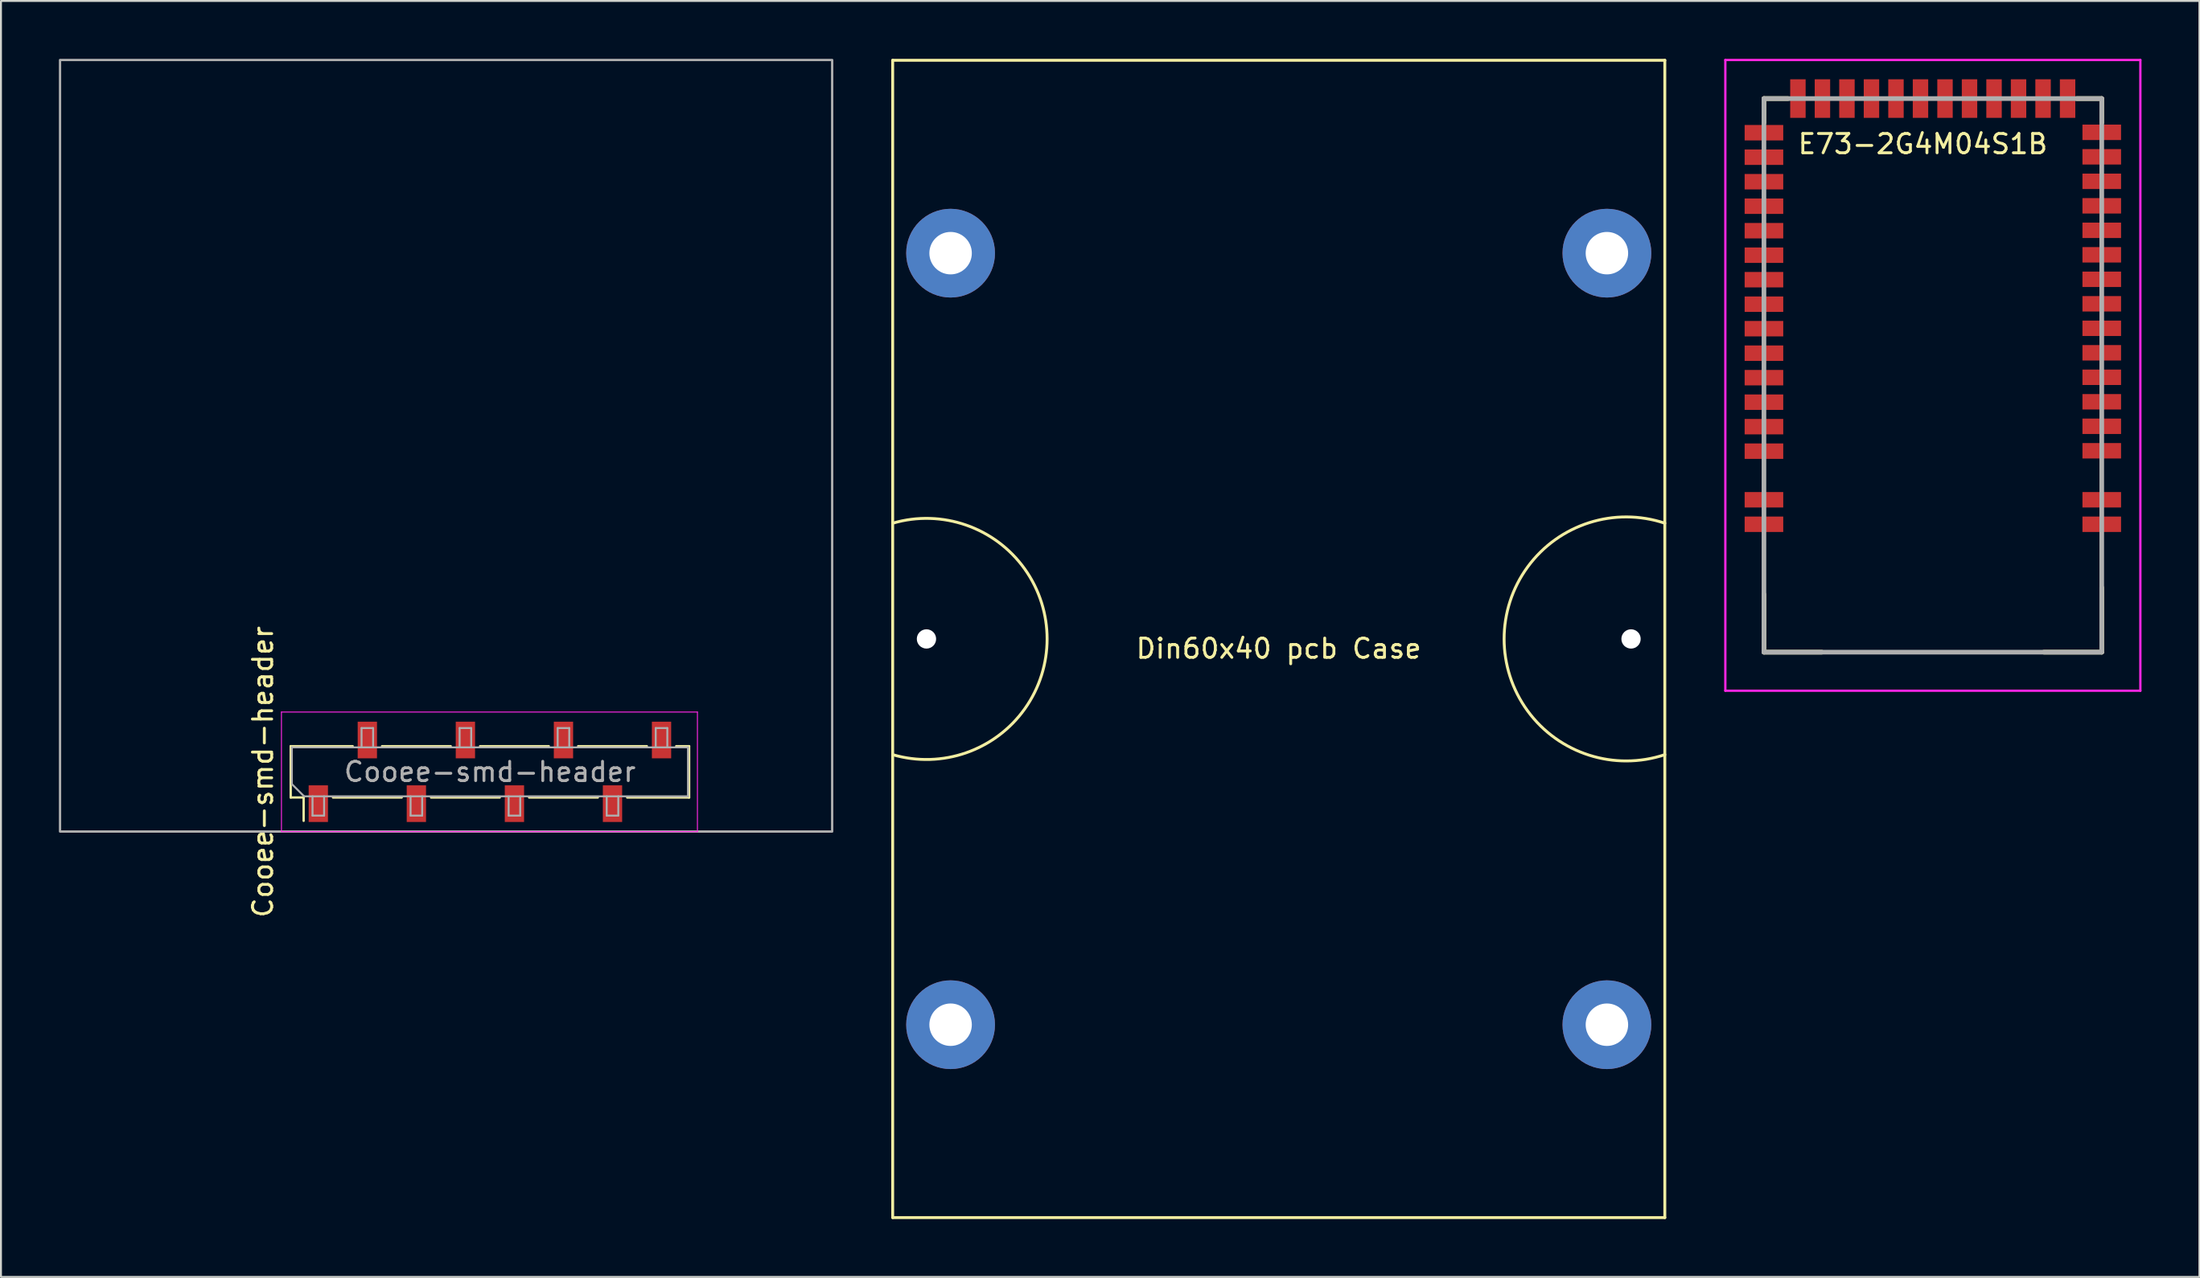
<source format=kicad_pcb>
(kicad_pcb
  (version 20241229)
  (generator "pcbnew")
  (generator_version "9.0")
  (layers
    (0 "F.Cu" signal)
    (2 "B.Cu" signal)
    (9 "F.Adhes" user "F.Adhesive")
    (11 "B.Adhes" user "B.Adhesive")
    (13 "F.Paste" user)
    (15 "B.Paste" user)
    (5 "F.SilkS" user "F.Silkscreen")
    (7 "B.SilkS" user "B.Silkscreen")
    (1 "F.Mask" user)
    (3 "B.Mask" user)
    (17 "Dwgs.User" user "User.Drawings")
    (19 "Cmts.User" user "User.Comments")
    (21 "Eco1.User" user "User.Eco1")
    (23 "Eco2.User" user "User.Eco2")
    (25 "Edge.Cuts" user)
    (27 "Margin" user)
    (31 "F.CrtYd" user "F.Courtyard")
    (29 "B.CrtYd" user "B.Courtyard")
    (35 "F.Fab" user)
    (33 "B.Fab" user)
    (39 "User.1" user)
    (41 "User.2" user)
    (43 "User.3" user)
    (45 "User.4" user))
  (footprint "Cooee-smd-header"
    (layer "F.Cu")
    (at 22.285 40.065)
    (property "Reference" "Cooee-smd-header" (at -11.715 -3.1 90) (layer "F.SilkS") (effects (font (size 1 1) (thickness 0.15))))
    (attr smd)
    (fp_line (start -10.275 -4.43) (end -7.065 -4.43) (stroke (width 0.12) (type solid)) (layer "F.SilkS"))
    (fp_line (start -10.275 -1.77) (end -10.275 -4.43) (stroke (width 0.12) (type solid)) (layer "F.SilkS"))
    (fp_line (start -10.275 -1.77) (end -9.605 -1.77) (stroke (width 0.12) (type solid)) (layer "F.SilkS"))
    (fp_line (start -9.605 -0.56) (end -9.605 -1.77) (stroke (width 0.12) (type solid)) (layer "F.SilkS"))
    (fp_line (start -8.085 -1.77) (end -4.525 -1.77) (stroke (width 0.12) (type solid)) (layer "F.SilkS"))
    (fp_line (start -5.545 -4.43) (end -1.985 -4.43) (stroke (width 0.12) (type solid)) (layer "F.SilkS"))
    (fp_line (start -3.005 -1.77) (end 0.555 -1.77) (stroke (width 0.12) (type solid)) (layer "F.SilkS"))
    (fp_line (start -0.465 -4.43) (end 3.095 -4.43) (stroke (width 0.12) (type solid)) (layer "F.SilkS"))
    (fp_line (start 2.075 -1.77) (end 5.635 -1.77) (stroke (width 0.12) (type solid)) (layer "F.SilkS"))
    (fp_line (start 4.615 -4.43) (end 8.175 -4.43) (stroke (width 0.12) (type solid)) (layer "F.SilkS"))
    (fp_line (start 7.155 -1.77) (end 10.365 -1.77) (stroke (width 0.12) (type solid)) (layer "F.SilkS"))
    (fp_line (start 9.695 -4.43) (end 10.365 -4.43) (stroke (width 0.12) (type solid)) (layer "F.SilkS"))
    (fp_line (start 10.365 -1.77) (end 10.365 -4.43) (stroke (width 0.12) (type solid)) (layer "F.SilkS"))
    (fp_line (start -10.755 -6.2) (end 10.795 -6.2) (stroke (width 0.05) (type solid)) (layer "F.CrtYd"))
    (fp_line (start -10.755 0) (end -10.755 -6.2) (stroke (width 0.05) (type solid)) (layer "F.CrtYd"))
    (fp_line (start 10.795 -6.2) (end 10.795 0) (stroke (width 0.05) (type solid)) (layer "F.CrtYd"))
    (fp_line (start 10.795 0) (end -10.755 0) (stroke (width 0.05) (type solid)) (layer "F.CrtYd"))
    (fp_line (start -10.215 -4.37) (end 10.305 -4.37) (stroke (width 0.1) (type solid)) (layer "F.Fab"))
    (fp_line (start -10.215 -2.465) (end -10.215 -4.37) (stroke (width 0.1) (type solid)) (layer "F.Fab"))
    (fp_line (start -9.58 -1.83) (end -10.215 -2.465) (stroke (width 0.1) (type solid)) (layer "F.Fab"))
    (fp_line (start -9.145 -0.83) (end -9.145 -1.83) (stroke (width 0.1) (type solid)) (layer "F.Fab"))
    (fp_line (start -8.545 -1.83) (end -8.545 -0.83) (stroke (width 0.1) (type solid)) (layer "F.Fab"))
    (fp_line (start -8.545 -0.83) (end -9.145 -0.83) (stroke (width 0.1) (type solid)) (layer "F.Fab"))
    (fp_line (start -6.605 -5.37) (end -6.005 -5.37) (stroke (width 0.1) (type solid)) (layer "F.Fab"))
    (fp_line (start -6.605 -4.37) (end -6.605 -5.37) (stroke (width 0.1) (type solid)) (layer "F.Fab"))
    (fp_line (start -6.005 -5.37) (end -6.005 -4.37) (stroke (width 0.1) (type solid)) (layer "F.Fab"))
    (fp_line (start -4.065 -0.83) (end -4.065 -1.83) (stroke (width 0.1) (type solid)) (layer "F.Fab"))
    (fp_line (start -3.465 -1.83) (end -3.465 -0.83) (stroke (width 0.1) (type solid)) (layer "F.Fab"))
    (fp_line (start -3.465 -0.83) (end -4.065 -0.83) (stroke (width 0.1) (type solid)) (layer "F.Fab"))
    (fp_line (start -1.525 -5.37) (end -0.925 -5.37) (stroke (width 0.1) (type solid)) (layer "F.Fab"))
    (fp_line (start -1.525 -4.37) (end -1.525 -5.37) (stroke (width 0.1) (type solid)) (layer "F.Fab"))
    (fp_line (start -0.925 -5.37) (end -0.925 -4.37) (stroke (width 0.1) (type solid)) (layer "F.Fab"))
    (fp_line (start 1.015 -0.83) (end 1.015 -1.83) (stroke (width 0.1) (type solid)) (layer "F.Fab"))
    (fp_line (start 1.615 -1.83) (end 1.615 -0.83) (stroke (width 0.1) (type solid)) (layer "F.Fab"))
    (fp_line (start 1.615 -0.83) (end 1.015 -0.83) (stroke (width 0.1) (type solid)) (layer "F.Fab"))
    (fp_line (start 3.555 -5.37) (end 4.155 -5.37) (stroke (width 0.1) (type solid)) (layer "F.Fab"))
    (fp_line (start 3.555 -4.37) (end 3.555 -5.37) (stroke (width 0.1) (type solid)) (layer "F.Fab"))
    (fp_line (start 4.155 -5.37) (end 4.155 -4.37) (stroke (width 0.1) (type solid)) (layer "F.Fab"))
    (fp_line (start 6.095 -0.83) (end 6.095 -1.83) (stroke (width 0.1) (type solid)) (layer "F.Fab"))
    (fp_line (start 6.695 -1.83) (end 6.695 -0.83) (stroke (width 0.1) (type solid)) (layer "F.Fab"))
    (fp_line (start 6.695 -0.83) (end 6.095 -0.83) (stroke (width 0.1) (type solid)) (layer "F.Fab"))
    (fp_line (start 8.635 -5.37) (end 9.235 -5.37) (stroke (width 0.1) (type solid)) (layer "F.Fab"))
    (fp_line (start 8.635 -4.37) (end 8.635 -5.37) (stroke (width 0.1) (type solid)) (layer "F.Fab"))
    (fp_line (start 9.235 -5.37) (end 9.235 -4.37) (stroke (width 0.1) (type solid)) (layer "F.Fab"))
    (fp_line (start 10.305 -4.37) (end 10.305 -1.83) (stroke (width 0.1) (type solid)) (layer "F.Fab"))
    (fp_line (start 10.305 -1.83) (end -9.58 -1.83) (stroke (width 0.1) (type solid)) (layer "F.Fab"))
    (fp_rect (start -22.225 -40.005) (end 17.775 -0.005) (stroke (width 0.12) (type solid)) (fill no) (layer "F.Fab"))
    (fp_text user "${REFERENCE}" (at 0.045 -3.1 180) (layer "F.Fab") (effects (font (size 1 1) (thickness 0.15))))
    (pad "1" smd rect (at -8.845 -1.45 90) (size 1.9 1) (layers "F.Cu" "F.Mask" "F.Paste"))
    (pad "2" smd rect (at -6.305 -4.75 90) (size 1.9 1) (layers "F.Cu" "F.Mask" "F.Paste"))
    (pad "3" smd rect (at -3.765 -1.45 90) (size 1.9 1) (layers "F.Cu" "F.Mask" "F.Paste"))
    (pad "4" smd rect (at -1.225 -4.75 90) (size 1.9 1) (layers "F.Cu" "F.Mask" "F.Paste"))
    (pad "5" smd rect (at 1.315 -1.45 90) (size 1.9 1) (layers "F.Cu" "F.Mask" "F.Paste"))
    (pad "6" smd rect (at 3.855 -4.75 90) (size 1.9 1) (layers "F.Cu" "F.Mask" "F.Paste"))
    (pad "7" smd rect (at 6.395 -1.45 90) (size 1.9 1) (layers "F.Cu" "F.Mask" "F.Paste"))
    (pad "8" smd rect (at 8.935 -4.75 90) (size 1.9 1) (layers "F.Cu" "F.Mask" "F.Paste")))
  (footprint "E73-2G4M04S1B"
    (layer "F.Cu")
    (at 97.08 16.41)
    (property "Reference" "E73-2G4M04S1B" (at -0.52 -11.995 0) (layer "F.SilkS") (effects (font (size 1 1) (thickness 0.15))))
    (attr through_hole)
    (fp_line (start -8.75 -14.35) (end -8.75 -13.1) (stroke (width 0.24) (type solid)) (layer "F.SilkS"))
    (fp_line (start -8.75 11.35) (end -8.75 14.35) (stroke (width 0.24) (type solid)) (layer "F.SilkS"))
    (fp_line (start -8.75 14.35) (end -5.75 14.35) (stroke (width 0.24) (type solid)) (layer "F.SilkS"))
    (fp_line (start -7.5 -14.35) (end -8.75 -14.35) (stroke (width 0.24) (type solid)) (layer "F.SilkS"))
    (fp_line (start 5.75 14.35) (end 8.75 14.35) (stroke (width 0.24) (type solid)) (layer "F.SilkS"))
    (fp_line (start 8.75 -14.35) (end 7.45 -14.35) (stroke (width 0.24) (type solid)) (layer "F.SilkS"))
    (fp_line (start 8.75 -14.35) (end 8.75 -13.1) (stroke (width 0.24) (type solid)) (layer "F.SilkS"))
    (fp_line (start 8.75 14.35) (end 8.75 11) (stroke (width 0.24) (type solid)) (layer "F.SilkS"))
    (fp_line (start -10.75 -16.35) (end -10.75 16.35) (stroke (width 0.12) (type solid)) (layer "F.CrtYd"))
    (fp_line (start -10.75 16.35) (end 10.75 16.35) (stroke (width 0.12) (type solid)) (layer "F.CrtYd"))
    (fp_line (start 10.75 -16.35) (end -10.75 -16.35) (stroke (width 0.12) (type solid)) (layer "F.CrtYd"))
    (fp_line (start 10.75 16.35) (end 10.75 -16.35) (stroke (width 0.12) (type solid)) (layer "F.CrtYd"))
    (fp_line (start -8.75 -14.35) (end -8.75 14.35) (stroke (width 0.24) (type solid)) (layer "F.Fab"))
    (fp_line (start -8.75 14.35) (end 8.75 14.35) (stroke (width 0.24) (type solid)) (layer "F.Fab"))
    (fp_line (start 8.75 -14.35) (end -8.75 -14.35) (stroke (width 0.24) (type solid)) (layer "F.Fab"))
    (fp_line (start 8.75 14.35) (end 8.75 -14.35) (stroke (width 0.24) (type solid)) (layer "F.Fab"))
    (pad "0" smd rect (at 8.75 7.72) (size 2 0.8) (layers "F.Cu" "F.Mask" "F.Paste"))
    (pad "1" smd rect (at 8.75 6.45) (size 2 0.8) (layers "F.Cu" "F.Mask" "F.Paste"))
    (pad "2" smd rect (at 8.75 3.91) (size 2 0.8) (layers "F.Cu" "F.Mask" "F.Paste"))
    (pad "3" smd rect (at 8.75 2.64) (size 2 0.8) (layers "F.Cu" "F.Mask" "F.Paste"))
    (pad "4" smd rect (at 8.75 1.37) (size 2 0.8) (layers "F.Cu" "F.Mask" "F.Paste"))
    (pad "5" smd rect (at 8.75 0.1) (size 2 0.8) (layers "F.Cu" "F.Mask" "F.Paste"))
    (pad "6" smd rect (at 8.75 -1.17) (size 2 0.8) (layers "F.Cu" "F.Mask" "F.Paste"))
    (pad "7" smd rect (at 8.75 -2.44) (size 2 0.8) (layers "F.Cu" "F.Mask" "F.Paste"))
    (pad "8" smd rect (at 8.75 -3.71) (size 2 0.8) (layers "F.Cu" "F.Mask" "F.Paste"))
    (pad "9" smd rect (at 8.75 -4.98) (size 2 0.8) (layers "F.Cu" "F.Mask" "F.Paste"))
    (pad "10" smd rect (at 8.75 -6.25) (size 2 0.8) (layers "F.Cu" "F.Mask" "F.Paste"))
    (pad "11" smd rect (at 8.75 -7.52) (size 2 0.8) (layers "F.Cu" "F.Mask" "F.Paste"))
    (pad "12" smd rect (at 8.75 -8.79) (size 2 0.8) (layers "F.Cu" "F.Mask" "F.Paste"))
    (pad "13" smd rect (at 8.75 -10.06) (size 2 0.8) (layers "F.Cu" "F.Mask" "F.Paste"))
    (pad "14" smd rect (at 8.75 -11.33) (size 2 0.8) (layers "F.Cu" "F.Mask" "F.Paste"))
    (pad "15" smd rect (at 8.75 -12.6) (size 2 0.8) (layers "F.Cu" "F.Mask" "F.Paste"))
    (pad "16" smd rect (at 6.98 -14.35) (size 0.8 2) (layers "F.Cu" "F.Mask" "F.Paste"))
    (pad "17" smd rect (at 5.71 -14.35) (size 0.8 2) (layers "F.Cu" "F.Mask" "F.Paste"))
    (pad "18" smd rect (at 4.44 -14.35) (size 0.8 2) (layers "F.Cu" "F.Mask" "F.Paste"))
    (pad "19" smd rect (at 3.17 -14.35) (size 0.8 2) (layers "F.Cu" "F.Mask" "F.Paste"))
    (pad "20" smd rect (at 1.9 -14.35) (size 0.8 2) (layers "F.Cu" "F.Mask" "F.Paste"))
    (pad "21" smd rect (at 0.63 -14.35) (size 0.8 2) (layers "F.Cu" "F.Mask" "F.Paste"))
    (pad "22" smd rect (at -0.64 -14.35) (size 0.8 2) (layers "F.Cu" "F.Mask" "F.Paste"))
    (pad "23" smd rect (at -1.91 -14.35) (size 0.8 2) (layers "F.Cu" "F.Mask" "F.Paste"))
    (pad "24" smd rect (at -3.18 -14.35) (size 0.8 2) (layers "F.Cu" "F.Mask" "F.Paste"))
    (pad "25" smd rect (at -4.45 -14.35) (size 0.8 2) (layers "F.Cu" "F.Mask" "F.Paste"))
    (pad "26" smd rect (at -5.72 -14.35) (size 0.8 2) (layers "F.Cu" "F.Mask" "F.Paste"))
    (pad "27" smd rect (at -6.99 -14.35) (size 0.8 2) (layers "F.Cu" "F.Mask" "F.Paste"))
    (pad "28" smd rect (at -8.75 -12.58) (size 2 0.8) (layers "F.Cu" "F.Mask" "F.Paste"))
    (pad "29" smd rect (at -8.75 -11.31) (size 2 0.8) (layers "F.Cu" "F.Mask" "F.Paste"))
    (pad "30" smd rect (at -8.75 -10.04) (size 2 0.8) (layers "F.Cu" "F.Mask" "F.Paste"))
    (pad "31" smd rect (at -8.75 -8.77) (size 2 0.8) (layers "F.Cu" "F.Mask" "F.Paste"))
    (pad "32" smd rect (at -8.75 -7.5) (size 2 0.8) (layers "F.Cu" "F.Mask" "F.Paste"))
    (pad "33" smd rect (at -8.75 -6.23) (size 2 0.8) (layers "F.Cu" "F.Mask" "F.Paste"))
    (pad "34" smd rect (at -8.75 -4.96) (size 2 0.8) (layers "F.Cu" "F.Mask" "F.Paste"))
    (pad "35" smd rect (at -8.75 -3.69) (size 2 0.8) (layers "F.Cu" "F.Mask" "F.Paste"))
    (pad "36" smd rect (at -8.75 -2.42) (size 2 0.8) (layers "F.Cu" "F.Mask" "F.Paste"))
    (pad "37" smd rect (at -8.75 -1.15) (size 2 0.8) (layers "F.Cu" "F.Mask" "F.Paste"))
    (pad "38" smd rect (at -8.75 0.12) (size 2 0.8) (layers "F.Cu" "F.Mask" "F.Paste"))
    (pad "39" smd rect (at -8.75 1.39) (size 2 0.8) (layers "F.Cu" "F.Mask" "F.Paste"))
    (pad "40" smd rect (at -8.75 2.66) (size 2 0.8) (layers "F.Cu" "F.Mask" "F.Paste"))
    (pad "41" smd rect (at -8.75 3.93) (size 2 0.8) (layers "F.Cu" "F.Mask" "F.Paste"))
    (pad "42" smd rect (at -8.75 6.45) (size 2 0.8) (layers "F.Cu" "F.Mask" "F.Paste"))
    (pad "43" smd rect (at -8.75 7.72) (size 2 0.8) (layers "F.Cu" "F.Mask" "F.Paste")))
  (footprint "Din60x40 pcb Case"
    (layer "F.Cu")
    (at 63.195 30.075)
    (property "Reference" "Din60x40 pcb Case" (at 0 0.5 0) (layer "F.SilkS") (effects (font (size 1 1) (thickness 0.15))))
    (attr through_hole)
    (fp_line (start -20 -30) (end 20 -30) (stroke (width 0.15) (type solid)) (layer "F.SilkS"))
    (fp_line (start -20 30) (end -20 -30) (stroke (width 0.15) (type solid)) (layer "F.SilkS"))
    (fp_line (start 20 -30) (end 20 30) (stroke (width 0.15) (type solid)) (layer "F.SilkS"))
    (fp_line (start 20 30) (end -20 30) (stroke (width 0.15) (type solid)) (layer "F.SilkS"))
    (fp_arc (start -20.000001 -5.999999) (mid -12.000001 -0.000001) (end -19.999999 6) (stroke (width 0.15) (type solid)) (layer "F.SilkS"))
    (fp_arc (start 20 5.999999) (mid 11.675446 0) (end 19.999999 -5.999999) (stroke (width 0.15) (type solid)) (layer "F.SilkS"))
    (pad "" np_thru_hole circle (at -18.25 0) (size 1 1) (drill 1) (layers "*.Cu" "*.Mask" "Eco2.User"))
    (pad "" np_thru_hole circle (at -17 -20) (size 4.6 4.6) (drill 2.2) (layers "*.Cu" "*.Mask"))
    (pad "" np_thru_hole circle (at -17 20) (size 4.6 4.6) (drill 2.2) (layers "*.Cu" "*.Mask"))
    (pad "" np_thru_hole circle (at 17 -20) (size 4.6 4.6) (drill 2.2) (layers "*.Cu" "*.Mask"))
    (pad "" np_thru_hole circle (at 17 20) (size 4.6 4.6) (drill 2.2) (layers "*.Cu" "*.Mask"))
    (pad "" np_thru_hole circle (at 18.25 0) (size 1 1) (drill 1) (layers "*.Cu" "*.Mask")))
  (gr_rect
    (start -3 -3)
    (end 110.89 63.15)
    (stroke (width 0.1) (type default))
    (fill no)
    (layer "Edge.Cuts")))
</source>
